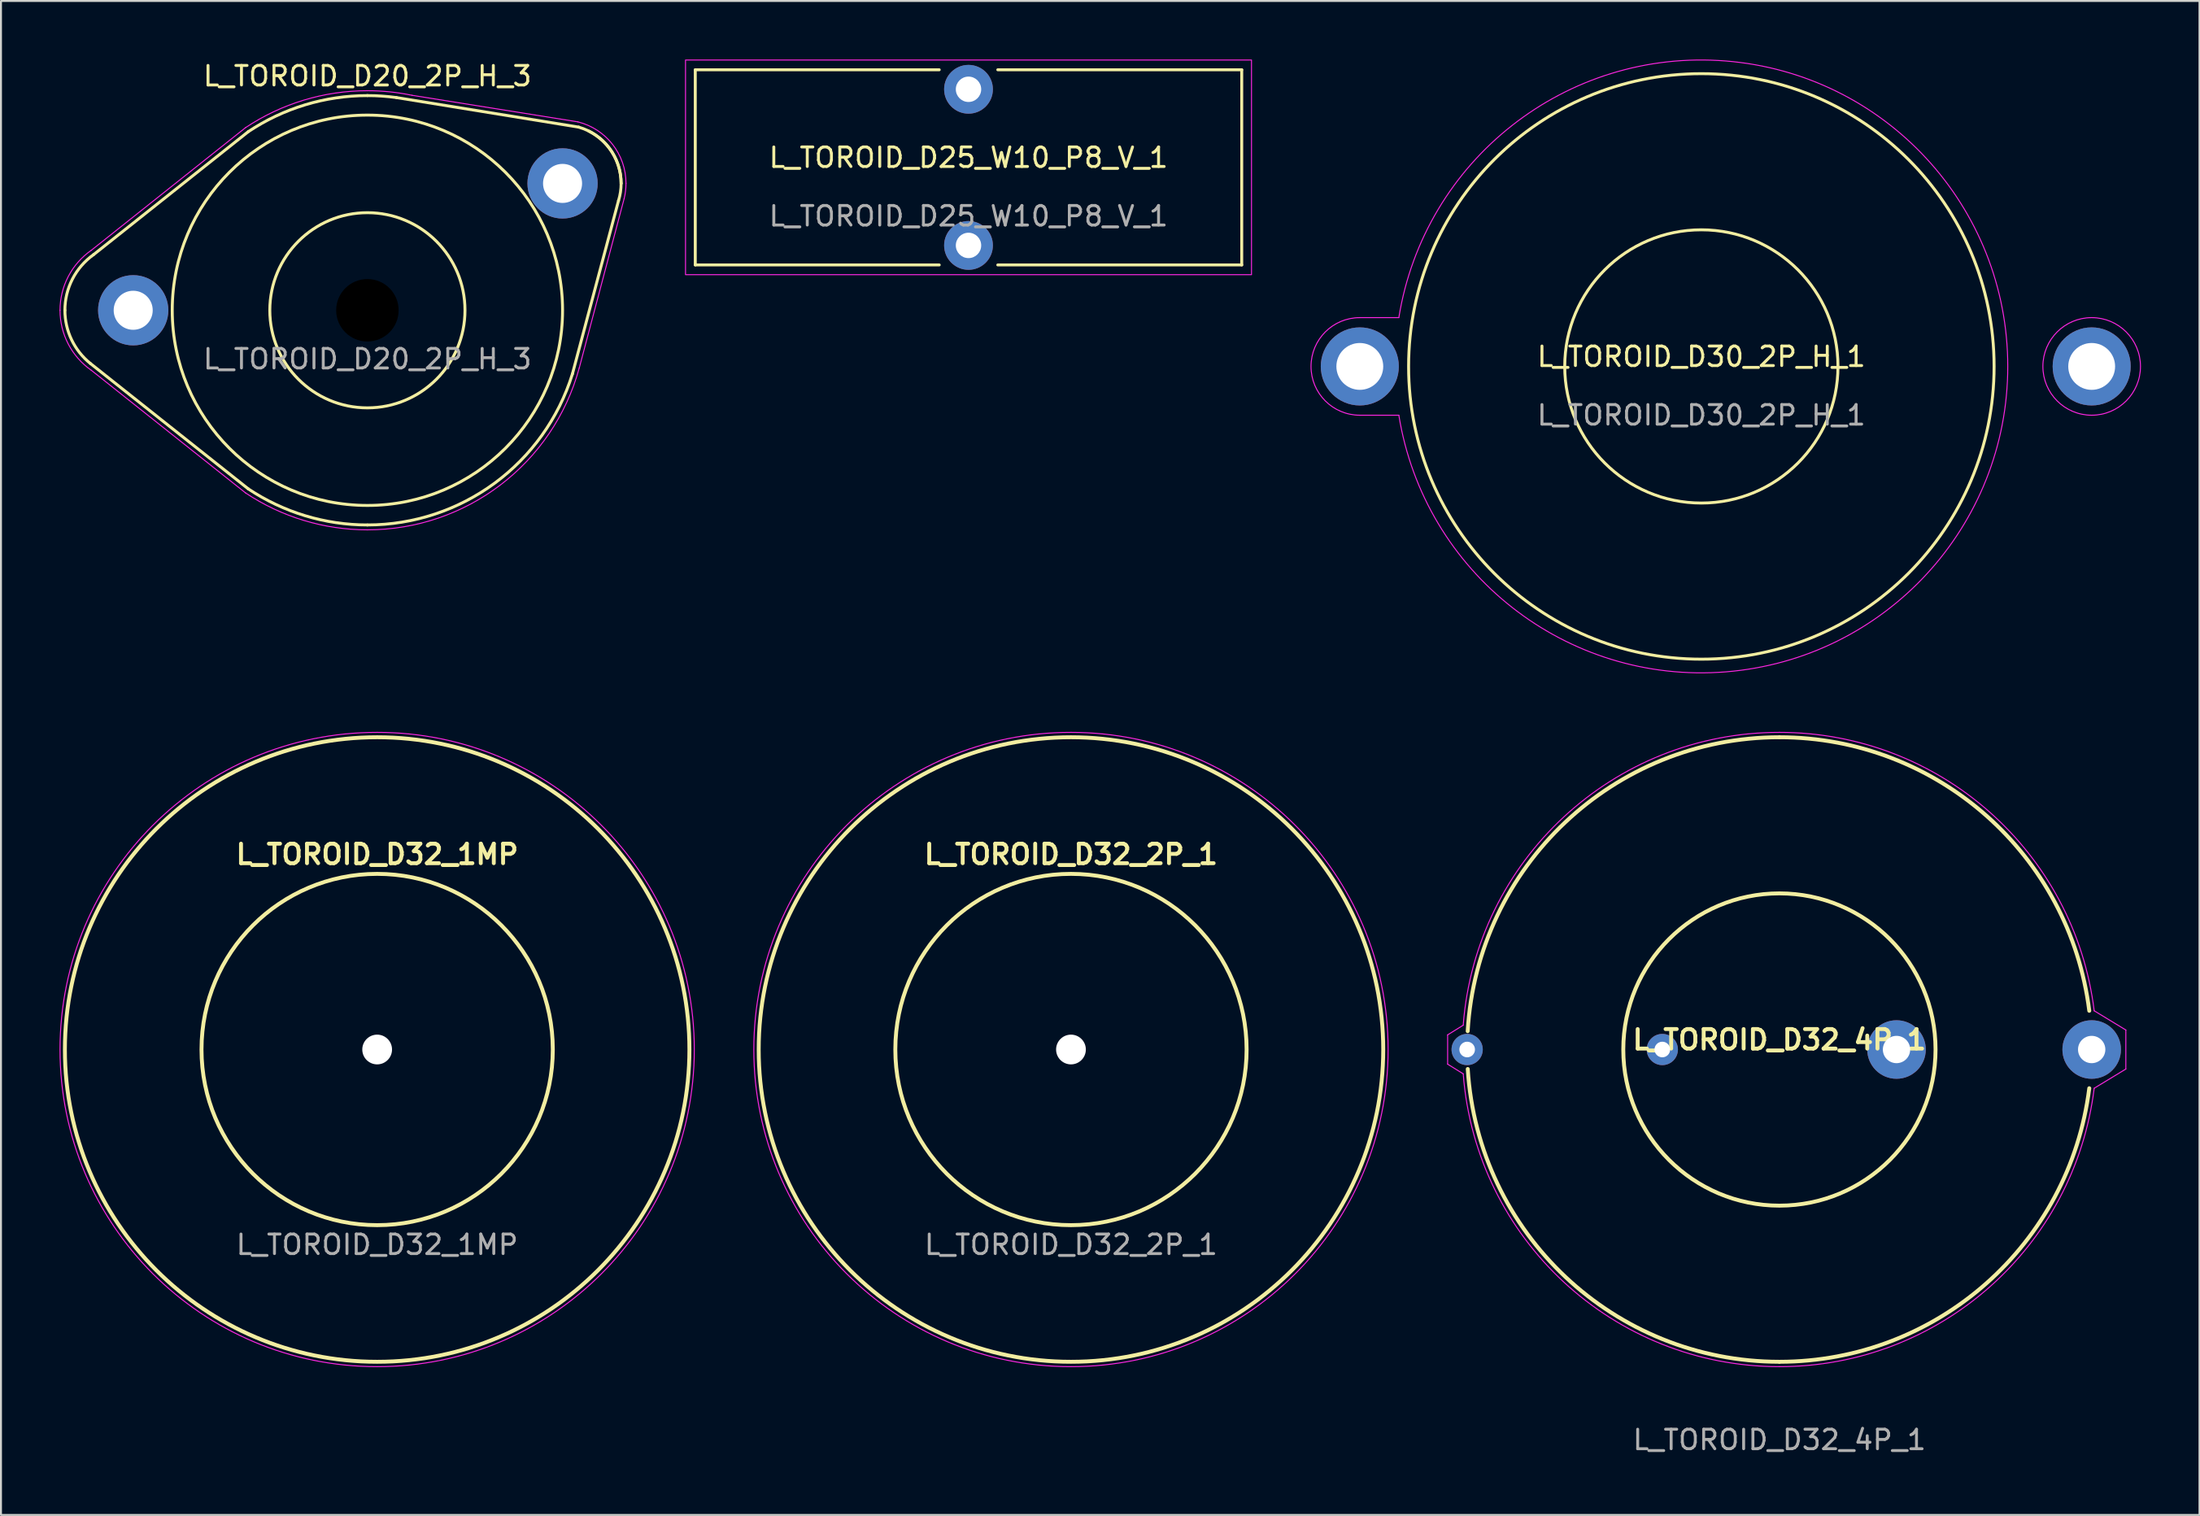
<source format=kicad_pcb>
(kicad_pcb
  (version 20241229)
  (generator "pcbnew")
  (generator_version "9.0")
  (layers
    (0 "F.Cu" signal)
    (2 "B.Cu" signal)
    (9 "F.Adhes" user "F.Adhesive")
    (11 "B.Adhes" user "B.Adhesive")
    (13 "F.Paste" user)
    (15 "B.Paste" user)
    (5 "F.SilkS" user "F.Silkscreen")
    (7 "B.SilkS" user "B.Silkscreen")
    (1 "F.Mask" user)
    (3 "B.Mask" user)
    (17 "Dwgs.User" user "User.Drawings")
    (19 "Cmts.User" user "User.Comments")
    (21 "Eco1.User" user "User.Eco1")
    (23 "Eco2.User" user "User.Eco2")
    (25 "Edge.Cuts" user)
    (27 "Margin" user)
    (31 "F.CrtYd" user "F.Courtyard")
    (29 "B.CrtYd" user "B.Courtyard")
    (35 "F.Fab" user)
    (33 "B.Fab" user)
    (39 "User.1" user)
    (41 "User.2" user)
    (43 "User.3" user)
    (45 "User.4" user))
  (footprint "L_TOROID_D25_W10_P8_V_1"
    (layer "F.Cu")
    (at 46.575 5.525)
    (property "Reference" "L_TOROID_D25_W10_P8_V_1" (at 0 -0.5 0) (unlocked yes) (layer "F.SilkS") (effects (font (size 1 1) (thickness 0.15))))
    (attr through_hole)
    (fp_line (start -14 -5) (end -14 5) (stroke (width 0.15) (type default)) (layer "F.SilkS"))
    (fp_line (start -14 5) (end -1.5 5) (stroke (width 0.15) (type default)) (layer "F.SilkS"))
    (fp_line (start -1.5 -5) (end -14 -5) (stroke (width 0.15) (type default)) (layer "F.SilkS"))
    (fp_line (start 1.5 5) (end 14 5) (stroke (width 0.15) (type default)) (layer "F.SilkS"))
    (fp_line (start 14 -5) (end 1.5 -5) (stroke (width 0.15) (type default)) (layer "F.SilkS"))
    (fp_line (start 14 5) (end 14 -5) (stroke (width 0.15) (type default)) (layer "F.SilkS"))
    (fp_rect (start -14.5 -5.5) (end 14.5 5.5) (stroke (width 0.05) (type default)) (fill no) (layer "F.CrtYd"))
    (fp_text user "${REFERENCE}" (at 0 2.5 0) (unlocked yes) (layer "F.Fab") (effects (font (size 1 1) (thickness 0.15))))
    (pad "1" thru_hole circle (at 0 -4) (size 2.5 2.5) (drill 1.3) (layers "*.Cu" "*.Mask"))
    (pad "2" thru_hole circle (at 0 4) (size 2.5 2.5) (drill 1.3) (layers "*.Cu" "*.Mask")))
  (footprint "L_TOROID_D30_2P_H_1"
    (layer "F.Cu")
    (at 84.125 15.725)
    (property "Reference" "L_TOROID_D30_2P_H_1" (at 0 -0.5 0) (unlocked yes) (layer "F.SilkS") (effects (font (size 1 1) (thickness 0.15))))
    (attr through_hole)
    (fp_circle (center 0 0) (end 7 0) (stroke (width 0.15) (type default)) (fill no) (layer "F.SilkS"))
    (fp_circle (center 0 0) (end 15 0) (stroke (width 0.15) (type default)) (fill no) (layer "F.SilkS"))
    (fp_line (start -17.5 -2.5) (end -15.5 -2.5) (stroke (width 0.05) (type default)) (layer "F.CrtYd"))
    (fp_line (start -17.5 2.5) (end -15.5 2.5) (stroke (width 0.05) (type default)) (layer "F.CrtYd"))
    (fp_arc (start -17.5 2.5) (mid -20 0) (end -17.5 -2.5) (stroke (width 0.05) (type default)) (layer "F.CrtYd"))
    (fp_arc (start -15.5 -2.5) (mid 15.700318 0) (end -15.5 2.5) (stroke (width 0.05) (type default)) (layer "F.CrtYd"))
    (fp_circle (center 20 0) (end 22.5 0) (stroke (width 0.05) (type default)) (fill no) (layer "F.CrtYd"))
    (fp_text user "${REFERENCE}" (at 0 2.5 0) (unlocked yes) (layer "F.Fab") (effects (font (size 1 1) (thickness 0.15))))
    (pad "1" thru_hole circle (at -17.5 0) (size 4 4) (drill 2.4) (layers "*.Cu" "*.Mask"))
    (pad "2" thru_hole circle (at 20 0) (size 4 4) (drill 2.4) (layers "*.Cu" "*.Mask")))
  (footprint "L_TOROID_D32_4P_1"
    (layer "F.Cu")
    (at 88.125 50.726)
    (property "Reference" "L_TOROID_D32_4P_1" (at 0 -0.5 0) (unlocked yes) (layer "F.SilkS") (effects (font (size 1 1) (thickness 0.2) (bold yes))))
    (attr through_hole)
    (fp_arc (start -15.97239 -0.939552) (mid -10.976502 -11.641152) (end 0 -16) (stroke (width 0.2) (type default)) (layer "F.SilkS"))
    (fp_arc (start 0 -16) (mid 10.58884 -11.994851) (end 15.876446 -1.984556) (stroke (width 0.2) (type default)) (layer "F.SilkS"))
    (fp_arc (start 0 16) (mid -10.955162 11.661236) (end -15.968841 0.998053) (stroke (width 0.2) (type default)) (layer "F.SilkS"))
    (fp_arc (start 15.876446 1.984556) (mid 10.588841 11.99485) (end 0 16) (stroke (width 0.2) (type default)) (layer "F.SilkS"))
    (fp_circle (center 0 0) (end 8 0) (stroke (width 0.2) (type default)) (fill no) (layer "F.SilkS"))
    (fp_line (start -17 -0.75) (end -17 0.75) (stroke (width 0.05) (type default)) (layer "F.CrtYd"))
    (fp_line (start -17 -0.75) (end -16.202 -1.246) (stroke (width 0.05) (type default)) (layer "F.CrtYd"))
    (fp_line (start -16.202 1.246) (end -17 0.75) (stroke (width 0.05) (type default)) (layer "F.CrtYd"))
    (fp_line (start 16.128 -1.985) (end 17.75 -1) (stroke (width 0.05) (type default)) (layer "F.CrtYd"))
    (fp_line (start 16.128 1.985) (end 17.75 1) (stroke (width 0.05) (type default)) (layer "F.CrtYd"))
    (fp_line (start 17.75 -1) (end 17.75 1) (stroke (width 0.05) (type default)) (layer "F.CrtYd"))
    (fp_arc (start -16.202135 -1.246318) (mid -11.041056 -11.922985) (end 0 -16.25) (stroke (width 0.05) (type default)) (layer "F.CrtYd"))
    (fp_arc (start 0 -16.25) (mid 10.765823 -12.172081) (end 16.128304 -1.985022) (stroke (width 0.05) (type default)) (layer "F.CrtYd"))
    (fp_arc (start 0 16.25) (mid -11.041056 11.922986) (end -16.202135 1.246318) (stroke (width 0.05) (type default)) (layer "F.CrtYd"))
    (fp_arc (start 16.128304 1.985022) (mid 10.765823 12.172081) (end 0 16.25) (stroke (width 0.05) (type default)) (layer "F.CrtYd"))
    (fp_text user "${REFERENCE}" (at 0 20 0) (unlocked yes) (layer "F.Fab") (effects (font (size 1 1) (thickness 0.15))))
    (pad "1" thru_hole circle (at 6 0) (size 3 3) (drill 1.4) (layers "*.Cu" "*.Mask"))
    (pad "2" thru_hole circle (at 16 0) (size 3 3) (drill 1.4) (layers "*.Cu" "*.Mask"))
    (pad "3" thru_hole circle (at -6 0) (size 1.6 1.6) (drill 0.8) (layers "*.Cu" "*.Mask"))
    (pad "4" thru_hole circle (at -16 0) (size 1.6 1.6) (drill 0.8) (layers "*.Cu" "*.Mask")))
  (footprint "L_TOROID_D32_2P_1"
    (layer "F.Cu")
    (at 51.825 50.726)
    (property "Reference" "L_TOROID_D32_2P_1" (at 0 -10 0) (unlocked yes) (layer "F.SilkS") (effects (font (size 1 1) (thickness 0.2))))
    (attr through_hole)
    (fp_circle (center 0 0) (end 9 0) (stroke (width 0.2) (type default)) (fill no) (layer "F.SilkS"))
    (fp_circle (center 0 0) (end 16 0) (stroke (width 0.2) (type default)) (fill no) (layer "F.SilkS"))
    (fp_circle (center 0 0) (end 16.25 0) (stroke (width 0.05) (type default)) (fill no) (layer "F.CrtYd"))
    (fp_text user "${REFERENCE}" (at 0 10 0) (unlocked yes) (layer "F.Fab") (effects (font (size 1 1) (thickness 0.15))))
    (pad "" np_thru_hole circle (at 0 0) (size 1.524 1.524) (drill 3.2) (layers "*.Cu" "*.Mask")))
  (footprint "L_TOROID_D32_1MP"
    (layer "F.Cu")
    (at 16.275 50.726)
    (property "Reference" "L_TOROID_D32_1MP" (at 0 -10 0) (unlocked yes) (layer "F.SilkS") (effects (font (size 1 1) (thickness 0.2))))
    (attr through_hole)
    (fp_circle (center 0 0) (end 9 0) (stroke (width 0.2) (type default)) (fill no) (layer "F.SilkS"))
    (fp_circle (center 0 0) (end 16 0) (stroke (width 0.2) (type default)) (fill no) (layer "F.SilkS"))
    (fp_circle (center 0 0) (end 16.25 0) (stroke (width 0.05) (type default)) (fill no) (layer "F.CrtYd"))
    (fp_text user "${REFERENCE}" (at 0 10 0) (unlocked yes) (layer "F.Fab") (effects (font (size 1 1) (thickness 0.15))))
    (pad "" np_thru_hole circle (at 0 0) (size 1.524 1.524) (drill 3.2) (layers "*.Cu" "*.Mask")))
  (footprint "L_TOROID_D20_2P_H_3"
    (layer "F.Cu")
    (at 15.775 12.848)
    (property "Reference" "L_TOROID_D20_2P_H_3" (at 0 -12 0) (unlocked yes) (layer "F.SilkS") (effects (font (size 1 1) (thickness 0.15))))
    (attr through_hole)
    (fp_line (start -14.186 2.733) (end -6.102 9.153) (stroke (width 0.15) (type default)) (layer "F.SilkS"))
    (fp_line (start -14.034 -2.848) (end -6.102 -9.153) (stroke (width 0.15) (type default)) (layer "F.SilkS"))
    (fp_line (start 1.486 -10.899) (end 10.824 -9.385) (stroke (width 0.15) (type default)) (layer "F.SilkS"))
    (fp_line (start 12.867 -5.618) (end 10.506 3.26) (stroke (width 0.15) (type default)) (layer "F.SilkS"))
    (fp_arc (start -15.5 0) (mid -15.112087 -1.601535) (end -14.034334 -2.848067) (stroke (width 0.15) (type default)) (layer "F.SilkS"))
    (fp_arc (start -14.186433 2.733041) (mid -15.154562 1.516161) (end -15.5 0) (stroke (width 0.15) (type default)) (layer "F.SilkS"))
    (fp_arc (start -6.101702 -9.152553) (mid -3.187626 -10.528012) (end 0 -11) (stroke (width 0.15) (type default)) (layer "F.SilkS"))
    (fp_arc (start 0 -11) (mid 0.744832 -10.974754) (end 1.486245 -10.899132) (stroke (width 0.15) (type default)) (layer "F.SilkS"))
    (fp_arc (start 0 11) (mid -3.187626 10.528012) (end -6.101702 9.152553) (stroke (width 0.15) (type default)) (layer "F.SilkS"))
    (fp_arc (start 10.505706 3.260391) (mid 6.524404 8.856193) (end 0 11) (stroke (width 0.15) (type default)) (layer "F.SilkS"))
    (fp_arc (start 10.824163 -9.384572) (mid 12.395046 -8.306587) (end 13 -6.5) (stroke (width 0.15) (type default)) (layer "F.SilkS"))
    (fp_arc (start 11.341641 -9.183282) (mid 12.551953 -8.077194) (end 13 -6.5) (stroke (width 0.15) (type default)) (layer "F.SilkS"))
    (fp_arc (start 13 -6.5) (mid 12.966649 -6.053912) (end 12.867337 -5.617742) (stroke (width 0.15) (type default)) (layer "F.SilkS"))
    (fp_circle (center 0 0) (end 5 0) (stroke (width 0.15) (type default)) (fill no) (layer "F.SilkS"))
    (fp_circle (center 0 0) (end 10 0) (stroke (width 0.15) (type default)) (fill no) (layer "F.SilkS"))
    (fp_line (start -14.15 -3.072) (end -6.24 -9.361) (stroke (width 0.05) (type default)) (layer "F.CrtYd"))
    (fp_line (start -6.24 9.361) (end -14.15 3.072) (stroke (width 0.05) (type default)) (layer "F.CrtYd"))
    (fp_line (start 2.286 -11.015) (end 10.788 -9.653) (stroke (width 0.05) (type default)) (layer "F.CrtYd"))
    (fp_line (start 10.854 2.96) (end 13.153 -5.712) (stroke (width 0.05) (type default)) (layer "F.CrtYd"))
    (fp_arc (start -15.75 0) (mid -15.32617 -1.731789) (end -14.150484 -3.07212) (stroke (width 0.05) (type default)) (layer "F.CrtYd"))
    (fp_arc (start -14.150484 3.07212) (mid -15.32617 1.731789) (end -15.75 0) (stroke (width 0.05) (type default)) (layer "F.CrtYd"))
    (fp_arc (start -6.240377 -9.360566) (mid -3.260072 -10.767285) (end 0 -11.25) (stroke (width 0.05) (type default)) (layer "F.CrtYd"))
    (fp_arc (start 0 -11.25) (mid 1.149103 -11.19116) (end 2.286185 -11.015256) (stroke (width 0.05) (type default)) (layer "F.CrtYd"))
    (fp_arc (start 0 11.25) (mid -3.260072 10.767285) (end -6.240377 9.360566) (stroke (width 0.05) (type default)) (layer "F.CrtYd"))
    (fp_arc (start 10.788241 -9.652963) (mid 12.561668 -8.50009) (end 13.25 -6.5) (stroke (width 0.05) (type default)) (layer "F.CrtYd"))
    (fp_arc (start 10.853593 2.960071) (mid 6.828679 8.94045) (end 0 11.25) (stroke (width 0.05) (type default)) (layer "F.CrtYd"))
    (fp_arc (start 13.25 -6.5) (mid 13.22565 -6.102904) (end 13.152963 -5.711759) (stroke (width 0.05) (type default)) (layer "F.CrtYd"))
    (fp_text user "${REFERENCE}" (at 0 2.5 0) (unlocked yes) (layer "F.Fab") (effects (font (size 1 1) (thickness 0.15))))
    (pad "" np_thru_hole circle (at 0 0) (size 3.2 3.2) (drill 3.2) (layers "*.Mask"))
    (pad "1" thru_hole circle (at -12 0) (size 3.6 3.6) (drill 2) (layers "*.Cu" "*.Mask"))
    (pad "2" thru_hole circle (at 10 -6.5) (size 3.6 3.6) (drill 2) (layers "*.Cu" "*.Mask")))
  (gr_rect
    (start -3 -3)
    (end 109.65 74.574)
    (stroke (width 0.1) (type default))
    (fill no)
    (layer "Edge.Cuts")))
</source>
